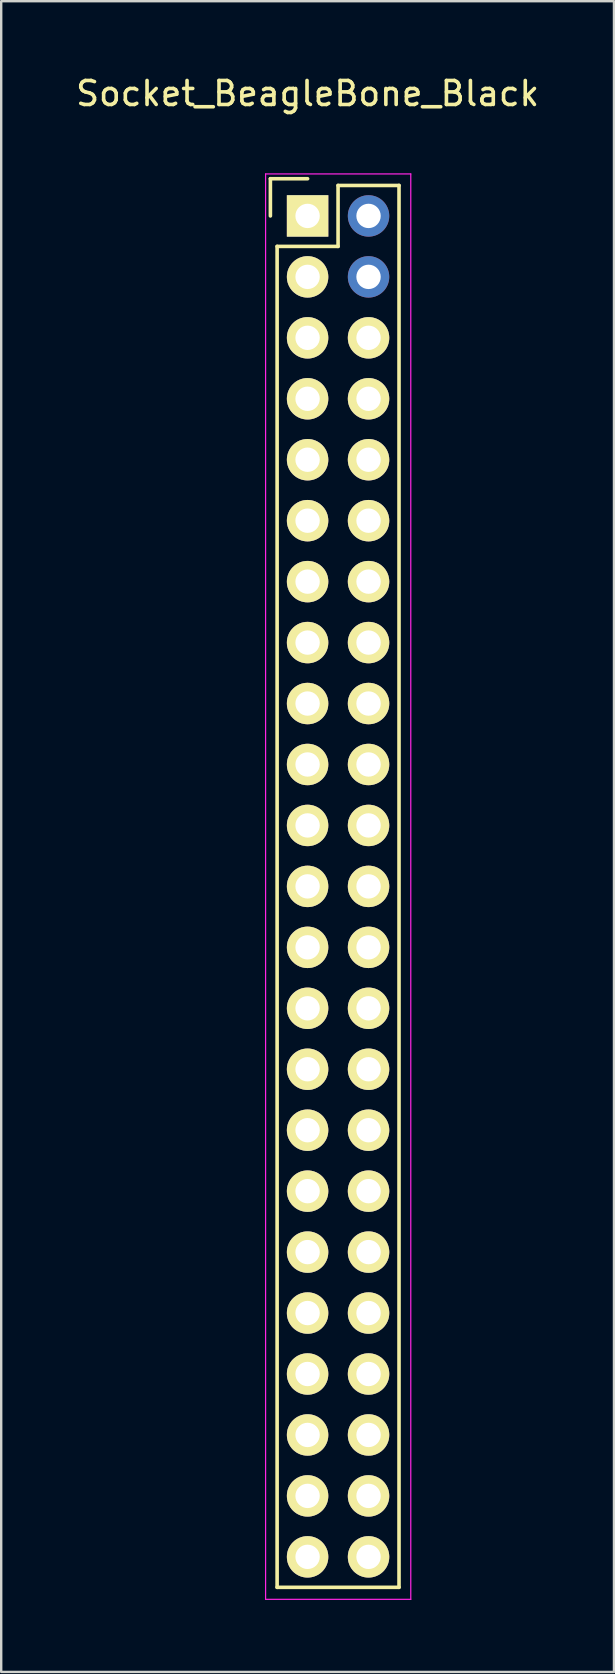
<source format=kicad_pcb>
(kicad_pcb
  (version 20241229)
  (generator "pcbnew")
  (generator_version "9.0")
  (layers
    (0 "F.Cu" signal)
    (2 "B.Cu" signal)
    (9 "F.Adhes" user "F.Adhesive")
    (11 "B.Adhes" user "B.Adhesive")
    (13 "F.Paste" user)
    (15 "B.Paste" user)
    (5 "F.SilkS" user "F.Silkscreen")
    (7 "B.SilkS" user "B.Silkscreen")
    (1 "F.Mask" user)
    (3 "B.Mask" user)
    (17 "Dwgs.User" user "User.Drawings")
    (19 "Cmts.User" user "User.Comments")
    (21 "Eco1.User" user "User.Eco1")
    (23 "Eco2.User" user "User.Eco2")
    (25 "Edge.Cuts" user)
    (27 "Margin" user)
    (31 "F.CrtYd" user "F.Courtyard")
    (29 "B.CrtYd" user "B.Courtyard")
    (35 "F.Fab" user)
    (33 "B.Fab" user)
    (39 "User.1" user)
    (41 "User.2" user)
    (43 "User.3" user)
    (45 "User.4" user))
  (footprint "Socket_BeagleBone_Black"
    (layer "F.Cu")
    (at 9.768 5.948)
    (property "Reference" "Socket_BeagleBone_Black" (at 0 -5.1 0) (layer "F.SilkS") (effects (font (size 1 1) (thickness 0.15))))
    (attr through_hole)
    (fp_line (start -1.55 -1.55) (end -1.55 0) (stroke (width 0.15) (type solid)) (layer "F.SilkS"))
    (fp_line (start -1.27 57.15) (end -1.27 1.27) (stroke (width 0.15) (type solid)) (layer "F.SilkS"))
    (fp_line (start 0 -1.55) (end -1.55 -1.55) (stroke (width 0.15) (type solid)) (layer "F.SilkS"))
    (fp_line (start 1.27 -1.27) (end 1.27 1.27) (stroke (width 0.15) (type solid)) (layer "F.SilkS"))
    (fp_line (start 1.27 1.27) (end -1.27 1.27) (stroke (width 0.15) (type solid)) (layer "F.SilkS"))
    (fp_line (start 3.81 -1.27) (end 1.27 -1.27) (stroke (width 0.15) (type solid)) (layer "F.SilkS"))
    (fp_line (start 3.81 57.15) (end -1.27 57.15) (stroke (width 0.15) (type solid)) (layer "F.SilkS"))
    (fp_line (start 3.81 57.15) (end 3.81 -1.27) (stroke (width 0.15) (type solid)) (layer "F.SilkS"))
    (fp_line (start -1.75 -1.75) (end -1.75 57.65) (stroke (width 0.05) (type solid)) (layer "F.CrtYd"))
    (fp_line (start -1.75 -1.75) (end 4.3 -1.75) (stroke (width 0.05) (type solid)) (layer "F.CrtYd"))
    (fp_line (start -1.75 57.65) (end 4.3 57.65) (stroke (width 0.05) (type solid)) (layer "F.CrtYd"))
    (fp_line (start 4.3 -1.75) (end 4.3 57.65) (stroke (width 0.05) (type solid)) (layer "F.CrtYd"))
    (pad "1" thru_hole rect (at 0 0) (size 1.727 1.727) (drill 1.016) (layers "*.Cu" "*.Mask" "F.SilkS"))
    (pad "2" thru_hole oval (at 2.54 0) (size 1.727 1.727) (drill 1.016) (layers "*.Cu" "*.Mask"))
    (pad "3" thru_hole oval (at 0 2.54) (size 1.727 1.727) (drill 1.016) (layers "*.Cu" "*.Mask" "F.SilkS"))
    (pad "4" thru_hole oval (at 2.54 2.54) (size 1.727 1.727) (drill 1.016) (layers "*.Cu" "*.Mask"))
    (pad "5" thru_hole oval (at 0 5.08) (size 1.727 1.727) (drill 1.016) (layers "*.Cu" "*.Mask" "F.SilkS"))
    (pad "6" thru_hole oval (at 2.54 5.08) (size 1.727 1.727) (drill 1.016) (layers "*.Cu" "*.Mask" "F.SilkS"))
    (pad "7" thru_hole oval (at 0 7.62) (size 1.727 1.727) (drill 1.016) (layers "*.Cu" "*.Mask" "F.SilkS"))
    (pad "8" thru_hole oval (at 2.54 7.62) (size 1.727 1.727) (drill 1.016) (layers "*.Cu" "*.Mask" "F.SilkS"))
    (pad "9" thru_hole oval (at 0 10.16) (size 1.727 1.727) (drill 1.016) (layers "*.Cu" "*.Mask" "F.SilkS"))
    (pad "10" thru_hole oval (at 2.54 10.16) (size 1.727 1.727) (drill 1.016) (layers "*.Cu" "*.Mask" "F.SilkS"))
    (pad "11" thru_hole oval (at 0 12.7) (size 1.727 1.727) (drill 1.016) (layers "*.Cu" "*.Mask" "F.SilkS"))
    (pad "12" thru_hole oval (at 2.54 12.7) (size 1.727 1.727) (drill 1.016) (layers "*.Cu" "*.Mask" "F.SilkS"))
    (pad "13" thru_hole oval (at 0 15.24) (size 1.727 1.727) (drill 1.016) (layers "*.Cu" "*.Mask" "F.SilkS"))
    (pad "14" thru_hole oval (at 2.54 15.24) (size 1.727 1.727) (drill 1.016) (layers "*.Cu" "*.Mask" "F.SilkS"))
    (pad "15" thru_hole oval (at 0 17.78) (size 1.727 1.727) (drill 1.016) (layers "*.Cu" "*.Mask" "F.SilkS"))
    (pad "16" thru_hole oval (at 2.54 17.78) (size 1.727 1.727) (drill 1.016) (layers "*.Cu" "*.Mask" "F.SilkS"))
    (pad "17" thru_hole oval (at 0 20.32) (size 1.727 1.727) (drill 1.016) (layers "*.Cu" "*.Mask" "F.SilkS"))
    (pad "18" thru_hole oval (at 2.54 20.32) (size 1.727 1.727) (drill 1.016) (layers "*.Cu" "*.Mask" "F.SilkS"))
    (pad "19" thru_hole oval (at 0 22.86) (size 1.727 1.727) (drill 1.016) (layers "*.Cu" "*.Mask" "F.SilkS"))
    (pad "20" thru_hole oval (at 2.54 22.86) (size 1.727 1.727) (drill 1.016) (layers "*.Cu" "*.Mask" "F.SilkS"))
    (pad "21" thru_hole oval (at 0 25.4) (size 1.727 1.727) (drill 1.016) (layers "*.Cu" "*.Mask" "F.SilkS"))
    (pad "22" thru_hole oval (at 2.54 25.4) (size 1.727 1.727) (drill 1.016) (layers "*.Cu" "*.Mask" "F.SilkS"))
    (pad "23" thru_hole oval (at 0 27.94) (size 1.727 1.727) (drill 1.016) (layers "*.Cu" "*.Mask" "F.SilkS"))
    (pad "24" thru_hole oval (at 2.54 27.94) (size 1.727 1.727) (drill 1.016) (layers "*.Cu" "*.Mask" "F.SilkS"))
    (pad "25" thru_hole oval (at 0 30.48) (size 1.727 1.727) (drill 1.016) (layers "*.Cu" "*.Mask" "F.SilkS"))
    (pad "26" thru_hole oval (at 2.54 30.48) (size 1.727 1.727) (drill 1.016) (layers "*.Cu" "*.Mask" "F.SilkS"))
    (pad "27" thru_hole oval (at 0 33.02) (size 1.727 1.727) (drill 1.016) (layers "*.Cu" "*.Mask" "F.SilkS"))
    (pad "28" thru_hole oval (at 2.54 33.02) (size 1.727 1.727) (drill 1.016) (layers "*.Cu" "*.Mask" "F.SilkS"))
    (pad "29" thru_hole oval (at 0 35.56) (size 1.727 1.727) (drill 1.016) (layers "*.Cu" "*.Mask" "F.SilkS"))
    (pad "30" thru_hole oval (at 2.54 35.56) (size 1.727 1.727) (drill 1.016) (layers "*.Cu" "*.Mask" "F.SilkS"))
    (pad "31" thru_hole oval (at 0 38.1) (size 1.727 1.727) (drill 1.016) (layers "*.Cu" "*.Mask" "F.SilkS"))
    (pad "32" thru_hole oval (at 2.54 38.1) (size 1.727 1.727) (drill 1.016) (layers "*.Cu" "*.Mask" "F.SilkS"))
    (pad "33" thru_hole oval (at 0 40.64) (size 1.727 1.727) (drill 1.016) (layers "*.Cu" "*.Mask" "F.SilkS"))
    (pad "34" thru_hole oval (at 2.54 40.64) (size 1.727 1.727) (drill 1.016) (layers "*.Cu" "*.Mask" "F.SilkS"))
    (pad "35" thru_hole oval (at 0 43.18) (size 1.727 1.727) (drill 1.016) (layers "*.Cu" "*.Mask" "F.SilkS"))
    (pad "36" thru_hole oval (at 2.54 43.18) (size 1.727 1.727) (drill 1.016) (layers "*.Cu" "*.Mask" "F.SilkS"))
    (pad "37" thru_hole oval (at 0 45.72) (size 1.727 1.727) (drill 1.016) (layers "*.Cu" "*.Mask" "F.SilkS"))
    (pad "38" thru_hole oval (at 2.54 45.72) (size 1.727 1.727) (drill 1.016) (layers "*.Cu" "*.Mask" "F.SilkS"))
    (pad "39" thru_hole oval (at 0 48.26) (size 1.727 1.727) (drill 1.016) (layers "*.Cu" "*.Mask" "F.SilkS"))
    (pad "40" thru_hole oval (at 2.54 48.26) (size 1.727 1.727) (drill 1.016) (layers "*.Cu" "*.Mask" "F.SilkS"))
    (pad "41" thru_hole oval (at 0 50.8) (size 1.727 1.727) (drill 1.016) (layers "*.Cu" "*.Mask" "F.SilkS"))
    (pad "42" thru_hole oval (at 2.54 50.8) (size 1.727 1.727) (drill 1.016) (layers "*.Cu" "*.Mask" "F.SilkS"))
    (pad "43" thru_hole oval (at 0 53.34) (size 1.727 1.727) (drill 1.016) (layers "*.Cu" "*.Mask" "F.SilkS"))
    (pad "44" thru_hole oval (at 2.54 53.34) (size 1.727 1.727) (drill 1.016) (layers "*.Cu" "*.Mask" "F.SilkS"))
    (pad "45" thru_hole oval (at 0 55.88) (size 1.727 1.727) (drill 1.016) (layers "*.Cu" "*.Mask" "F.SilkS"))
    (pad "46" thru_hole oval (at 2.54 55.88) (size 1.727 1.727) (drill 1.016) (layers "*.Cu" "*.Mask" "F.SilkS")))
  (gr_rect
    (start -3 -3)
    (end 22.536 66.623)
    (stroke (width 0.1) (type default))
    (fill no)
    (layer "Edge.Cuts")))
</source>
